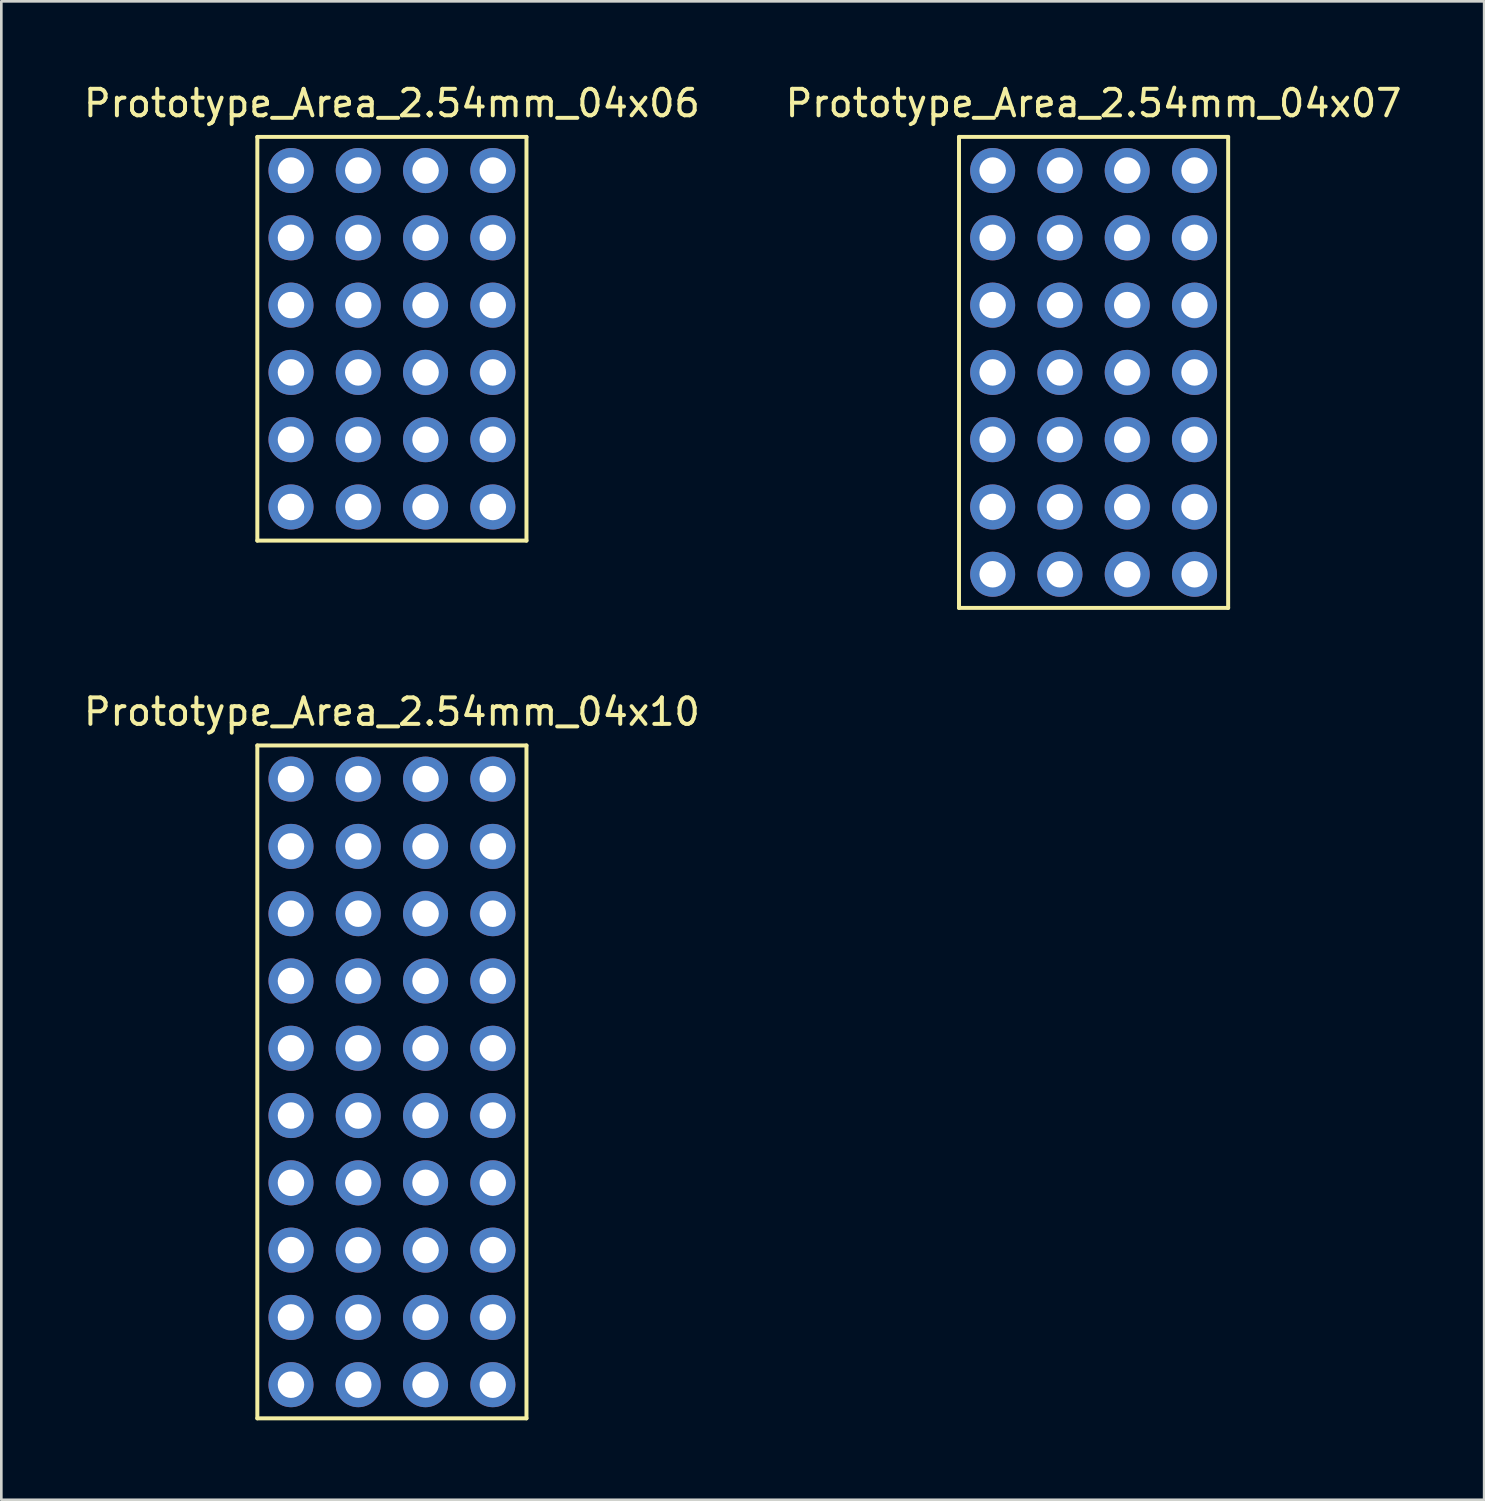
<source format=kicad_pcb>
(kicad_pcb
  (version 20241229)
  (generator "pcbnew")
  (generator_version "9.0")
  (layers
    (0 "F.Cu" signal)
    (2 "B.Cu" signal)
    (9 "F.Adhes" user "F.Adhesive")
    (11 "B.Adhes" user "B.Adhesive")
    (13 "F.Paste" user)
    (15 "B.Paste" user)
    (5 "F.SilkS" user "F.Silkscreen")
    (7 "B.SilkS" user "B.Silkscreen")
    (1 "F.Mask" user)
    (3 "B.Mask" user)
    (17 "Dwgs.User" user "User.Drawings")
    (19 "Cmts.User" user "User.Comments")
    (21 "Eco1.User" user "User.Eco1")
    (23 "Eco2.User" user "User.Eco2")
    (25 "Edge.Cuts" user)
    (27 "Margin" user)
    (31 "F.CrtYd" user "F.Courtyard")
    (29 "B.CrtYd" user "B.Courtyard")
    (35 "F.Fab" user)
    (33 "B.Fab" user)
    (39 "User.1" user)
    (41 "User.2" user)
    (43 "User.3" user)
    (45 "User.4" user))
  (footprint "Prototype_Area_2.54mm_04x06"
    (layer "F.Cu")
    (at 15.554 3.388)
    (property "Reference" "Prototype_Area_2.54mm_04x06" (at -3.81 -2.54 0) (layer "F.SilkS") (effects (font (size 1 1) (thickness 0.15))))
    (attr through_hole)
    (fp_line (start -8.89 -1.27) (end 1.27 -1.27) (stroke (width 0.15) (type solid)) (layer "F.SilkS"))
    (fp_line (start -8.89 13.97) (end -8.89 -1.27) (stroke (width 0.15) (type solid)) (layer "F.SilkS"))
    (fp_line (start 1.27 -1.27) (end 1.27 13.97) (stroke (width 0.15) (type solid)) (layer "F.SilkS"))
    (fp_line (start 1.27 13.97) (end -8.89 13.97) (stroke (width 0.15) (type solid)) (layer "F.SilkS"))
    (pad "1" thru_hole circle (at 0 0) (size 1.7 1.7) (drill 1) (layers "*.Cu" "*.Mask"))
    (pad "2" thru_hole oval (at -2.54 0) (size 1.7 1.7) (drill 1) (layers "*.Cu" "*.Mask"))
    (pad "3" thru_hole oval (at -5.08 0) (size 1.7 1.7) (drill 1) (layers "*.Cu" "*.Mask"))
    (pad "4" thru_hole oval (at -7.62 0) (size 1.7 1.7) (drill 1) (layers "*.Cu" "*.Mask"))
    (pad "7" thru_hole oval (at 0 2.54) (size 1.7 1.7) (drill 1) (layers "*.Cu" "*.Mask"))
    (pad "8" thru_hole oval (at -2.54 2.54) (size 1.7 1.7) (drill 1) (layers "*.Cu" "*.Mask"))
    (pad "9" thru_hole oval (at -5.08 2.54) (size 1.7 1.7) (drill 1) (layers "*.Cu" "*.Mask"))
    (pad "10" thru_hole oval (at -7.62 2.54) (size 1.7 1.7) (drill 1) (layers "*.Cu" "*.Mask"))
    (pad "13" thru_hole oval (at 0 5.08) (size 1.7 1.7) (drill 1) (layers "*.Cu" "*.Mask"))
    (pad "14" thru_hole oval (at -2.54 5.08) (size 1.7 1.7) (drill 1) (layers "*.Cu" "*.Mask"))
    (pad "15" thru_hole oval (at -5.08 5.08) (size 1.7 1.7) (drill 1) (layers "*.Cu" "*.Mask"))
    (pad "16" thru_hole oval (at -7.62 5.08) (size 1.7 1.7) (drill 1) (layers "*.Cu" "*.Mask"))
    (pad "19" thru_hole oval (at 0 7.62) (size 1.7 1.7) (drill 1) (layers "*.Cu" "*.Mask"))
    (pad "20" thru_hole oval (at -2.54 7.62) (size 1.7 1.7) (drill 1) (layers "*.Cu" "*.Mask"))
    (pad "21" thru_hole oval (at -5.08 7.62) (size 1.7 1.7) (drill 1) (layers "*.Cu" "*.Mask"))
    (pad "22" thru_hole oval (at -7.62 7.62) (size 1.7 1.7) (drill 1) (layers "*.Cu" "*.Mask"))
    (pad "25" thru_hole oval (at 0 10.16) (size 1.7 1.7) (drill 1) (layers "*.Cu" "*.Mask"))
    (pad "26" thru_hole oval (at -2.54 10.16) (size 1.7 1.7) (drill 1) (layers "*.Cu" "*.Mask"))
    (pad "27" thru_hole oval (at -5.08 10.16) (size 1.7 1.7) (drill 1) (layers "*.Cu" "*.Mask"))
    (pad "28" thru_hole oval (at -7.62 10.16) (size 1.7 1.7) (drill 1) (layers "*.Cu" "*.Mask"))
    (pad "31" thru_hole oval (at 0 12.7) (size 1.7 1.7) (drill 1) (layers "*.Cu" "*.Mask"))
    (pad "32" thru_hole oval (at -2.54 12.7) (size 1.7 1.7) (drill 1) (layers "*.Cu" "*.Mask"))
    (pad "33" thru_hole oval (at -5.08 12.7) (size 1.7 1.7) (drill 1) (layers "*.Cu" "*.Mask"))
    (pad "34" thru_hole oval (at -7.62 12.7) (size 1.7 1.7) (drill 1) (layers "*.Cu" "*.Mask")))
  (footprint "Prototype_Area_2.54mm_04x10"
    (layer "F.Cu")
    (at 15.554 26.361)
    (property "Reference" "Prototype_Area_2.54mm_04x10" (at -3.81 -2.54 0) (layer "F.SilkS") (effects (font (size 1 1) (thickness 0.15))))
    (attr through_hole)
    (fp_line (start -8.89 -1.27) (end 1.27 -1.27) (stroke (width 0.15) (type solid)) (layer "F.SilkS"))
    (fp_line (start -8.89 24.13) (end -8.89 -1.27) (stroke (width 0.15) (type solid)) (layer "F.SilkS"))
    (fp_line (start 1.27 -1.27) (end 1.27 24.13) (stroke (width 0.15) (type solid)) (layer "F.SilkS"))
    (fp_line (start 1.27 24.13) (end -8.89 24.13) (stroke (width 0.15) (type solid)) (layer "F.SilkS"))
    (pad "1" thru_hole circle (at 0 0) (size 1.7 1.7) (drill 1) (layers "*.Cu" "*.Mask"))
    (pad "2" thru_hole oval (at -2.54 0) (size 1.7 1.7) (drill 1) (layers "*.Cu" "*.Mask"))
    (pad "3" thru_hole oval (at -5.08 0) (size 1.7 1.7) (drill 1) (layers "*.Cu" "*.Mask"))
    (pad "4" thru_hole oval (at -7.62 0) (size 1.7 1.7) (drill 1) (layers "*.Cu" "*.Mask"))
    (pad "5" thru_hole oval (at 0 2.54) (size 1.7 1.7) (drill 1) (layers "*.Cu" "*.Mask"))
    (pad "6" thru_hole oval (at -2.54 2.54) (size 1.7 1.7) (drill 1) (layers "*.Cu" "*.Mask"))
    (pad "7" thru_hole oval (at -5.08 2.54) (size 1.7 1.7) (drill 1) (layers "*.Cu" "*.Mask"))
    (pad "8" thru_hole oval (at -7.62 2.54) (size 1.7 1.7) (drill 1) (layers "*.Cu" "*.Mask"))
    (pad "9" thru_hole oval (at 0 5.08) (size 1.7 1.7) (drill 1) (layers "*.Cu" "*.Mask"))
    (pad "10" thru_hole oval (at -2.54 5.08) (size 1.7 1.7) (drill 1) (layers "*.Cu" "*.Mask"))
    (pad "11" thru_hole oval (at -5.08 5.08) (size 1.7 1.7) (drill 1) (layers "*.Cu" "*.Mask"))
    (pad "12" thru_hole oval (at -7.62 5.08) (size 1.7 1.7) (drill 1) (layers "*.Cu" "*.Mask"))
    (pad "13" thru_hole oval (at 0 7.62) (size 1.7 1.7) (drill 1) (layers "*.Cu" "*.Mask"))
    (pad "14" thru_hole oval (at -2.54 7.62) (size 1.7 1.7) (drill 1) (layers "*.Cu" "*.Mask"))
    (pad "15" thru_hole oval (at -5.08 7.62) (size 1.7 1.7) (drill 1) (layers "*.Cu" "*.Mask"))
    (pad "16" thru_hole oval (at -7.62 7.62) (size 1.7 1.7) (drill 1) (layers "*.Cu" "*.Mask"))
    (pad "17" thru_hole oval (at 0 10.16) (size 1.7 1.7) (drill 1) (layers "*.Cu" "*.Mask"))
    (pad "18" thru_hole oval (at -2.54 10.16) (size 1.7 1.7) (drill 1) (layers "*.Cu" "*.Mask"))
    (pad "19" thru_hole oval (at -5.08 10.16) (size 1.7 1.7) (drill 1) (layers "*.Cu" "*.Mask"))
    (pad "20" thru_hole oval (at -7.62 10.16) (size 1.7 1.7) (drill 1) (layers "*.Cu" "*.Mask"))
    (pad "21" thru_hole oval (at 0 12.7) (size 1.7 1.7) (drill 1) (layers "*.Cu" "*.Mask"))
    (pad "22" thru_hole oval (at -2.54 12.7) (size 1.7 1.7) (drill 1) (layers "*.Cu" "*.Mask"))
    (pad "23" thru_hole oval (at -5.08 12.7) (size 1.7 1.7) (drill 1) (layers "*.Cu" "*.Mask"))
    (pad "24" thru_hole oval (at -7.62 12.7) (size 1.7 1.7) (drill 1) (layers "*.Cu" "*.Mask"))
    (pad "25" thru_hole oval (at 0 15.24) (size 1.7 1.7) (drill 1) (layers "*.Cu" "*.Mask"))
    (pad "26" thru_hole oval (at -2.54 15.24) (size 1.7 1.7) (drill 1) (layers "*.Cu" "*.Mask"))
    (pad "27" thru_hole oval (at -5.08 15.24) (size 1.7 1.7) (drill 1) (layers "*.Cu" "*.Mask"))
    (pad "28" thru_hole oval (at -7.62 15.24) (size 1.7 1.7) (drill 1) (layers "*.Cu" "*.Mask"))
    (pad "29" thru_hole oval (at 0 17.78) (size 1.7 1.7) (drill 1) (layers "*.Cu" "*.Mask"))
    (pad "30" thru_hole oval (at -2.54 17.78) (size 1.7 1.7) (drill 1) (layers "*.Cu" "*.Mask"))
    (pad "31" thru_hole oval (at -5.08 17.78) (size 1.7 1.7) (drill 1) (layers "*.Cu" "*.Mask"))
    (pad "32" thru_hole oval (at -7.62 17.78) (size 1.7 1.7) (drill 1) (layers "*.Cu" "*.Mask"))
    (pad "33" thru_hole oval (at 0 20.32) (size 1.7 1.7) (drill 1) (layers "*.Cu" "*.Mask"))
    (pad "34" thru_hole oval (at -2.54 20.32) (size 1.7 1.7) (drill 1) (layers "*.Cu" "*.Mask"))
    (pad "35" thru_hole oval (at -5.08 20.32) (size 1.7 1.7) (drill 1) (layers "*.Cu" "*.Mask"))
    (pad "36" thru_hole oval (at -7.62 20.32) (size 1.7 1.7) (drill 1) (layers "*.Cu" "*.Mask"))
    (pad "37" thru_hole oval (at 0 22.86) (size 1.7 1.7) (drill 1) (layers "*.Cu" "*.Mask"))
    (pad "38" thru_hole oval (at -2.54 22.86) (size 1.7 1.7) (drill 1) (layers "*.Cu" "*.Mask"))
    (pad "39" thru_hole oval (at -5.08 22.86) (size 1.7 1.7) (drill 1) (layers "*.Cu" "*.Mask"))
    (pad "40" thru_hole oval (at -7.62 22.86) (size 1.7 1.7) (drill 1) (layers "*.Cu" "*.Mask")))
  (footprint "Prototype_Area_2.54mm_04x07"
    (layer "F.Cu")
    (at 42.042 3.388)
    (property "Reference" "Prototype_Area_2.54mm_04x07" (at -3.81 -2.54 0) (layer "F.SilkS") (effects (font (size 1 1) (thickness 0.15))))
    (attr through_hole)
    (fp_line (start -8.89 -1.27) (end 1.27 -1.27) (stroke (width 0.15) (type solid)) (layer "F.SilkS"))
    (fp_line (start -8.89 16.51) (end -8.89 -1.27) (stroke (width 0.15) (type solid)) (layer "F.SilkS"))
    (fp_line (start 1.27 -1.27) (end 1.27 16.51) (stroke (width 0.15) (type solid)) (layer "F.SilkS"))
    (fp_line (start 1.27 16.51) (end -8.89 16.51) (stroke (width 0.15) (type solid)) (layer "F.SilkS"))
    (pad "1" thru_hole circle (at 0 0) (size 1.7 1.7) (drill 1) (layers "*.Cu" "*.Mask"))
    (pad "2" thru_hole oval (at -2.54 0) (size 1.7 1.7) (drill 1) (layers "*.Cu" "*.Mask"))
    (pad "3" thru_hole oval (at -5.08 0) (size 1.7 1.7) (drill 1) (layers "*.Cu" "*.Mask"))
    (pad "4" thru_hole oval (at -7.62 0) (size 1.7 1.7) (drill 1) (layers "*.Cu" "*.Mask"))
    (pad "7" thru_hole oval (at 0 2.54) (size 1.7 1.7) (drill 1) (layers "*.Cu" "*.Mask"))
    (pad "8" thru_hole oval (at -2.54 2.54) (size 1.7 1.7) (drill 1) (layers "*.Cu" "*.Mask"))
    (pad "9" thru_hole oval (at -5.08 2.54) (size 1.7 1.7) (drill 1) (layers "*.Cu" "*.Mask"))
    (pad "10" thru_hole oval (at -7.62 2.54) (size 1.7 1.7) (drill 1) (layers "*.Cu" "*.Mask"))
    (pad "13" thru_hole oval (at 0 5.08) (size 1.7 1.7) (drill 1) (layers "*.Cu" "*.Mask"))
    (pad "14" thru_hole oval (at -2.54 5.08) (size 1.7 1.7) (drill 1) (layers "*.Cu" "*.Mask"))
    (pad "15" thru_hole oval (at -5.08 5.08) (size 1.7 1.7) (drill 1) (layers "*.Cu" "*.Mask"))
    (pad "16" thru_hole oval (at -7.62 5.08) (size 1.7 1.7) (drill 1) (layers "*.Cu" "*.Mask"))
    (pad "19" thru_hole oval (at 0 7.62) (size 1.7 1.7) (drill 1) (layers "*.Cu" "*.Mask"))
    (pad "20" thru_hole oval (at -2.54 7.62) (size 1.7 1.7) (drill 1) (layers "*.Cu" "*.Mask"))
    (pad "21" thru_hole oval (at -5.08 7.62) (size 1.7 1.7) (drill 1) (layers "*.Cu" "*.Mask"))
    (pad "22" thru_hole oval (at -7.62 7.62) (size 1.7 1.7) (drill 1) (layers "*.Cu" "*.Mask"))
    (pad "25" thru_hole oval (at 0 10.16) (size 1.7 1.7) (drill 1) (layers "*.Cu" "*.Mask"))
    (pad "26" thru_hole oval (at -2.54 10.16) (size 1.7 1.7) (drill 1) (layers "*.Cu" "*.Mask"))
    (pad "27" thru_hole oval (at -5.08 10.16) (size 1.7 1.7) (drill 1) (layers "*.Cu" "*.Mask"))
    (pad "28" thru_hole oval (at -7.62 10.16) (size 1.7 1.7) (drill 1) (layers "*.Cu" "*.Mask"))
    (pad "31" thru_hole oval (at 0 12.7) (size 1.7 1.7) (drill 1) (layers "*.Cu" "*.Mask"))
    (pad "32" thru_hole oval (at -2.54 12.7) (size 1.7 1.7) (drill 1) (layers "*.Cu" "*.Mask"))
    (pad "33" thru_hole oval (at -5.08 12.7) (size 1.7 1.7) (drill 1) (layers "*.Cu" "*.Mask"))
    (pad "34" thru_hole oval (at -7.62 12.7) (size 1.7 1.7) (drill 1) (layers "*.Cu" "*.Mask"))
    (pad "37" thru_hole oval (at 0 15.24) (size 1.7 1.7) (drill 1) (layers "*.Cu" "*.Mask"))
    (pad "38" thru_hole oval (at -2.54 15.24) (size 1.7 1.7) (drill 1) (layers "*.Cu" "*.Mask"))
    (pad "39" thru_hole oval (at -5.08 15.24) (size 1.7 1.7) (drill 1) (layers "*.Cu" "*.Mask"))
    (pad "40" thru_hole oval (at -7.62 15.24) (size 1.7 1.7) (drill 1) (layers "*.Cu" "*.Mask")))
  (gr_rect
    (start -3 -3)
    (end 52.976 53.566)
    (stroke (width 0.1) (type default))
    (fill no)
    (layer "Edge.Cuts")))
</source>
